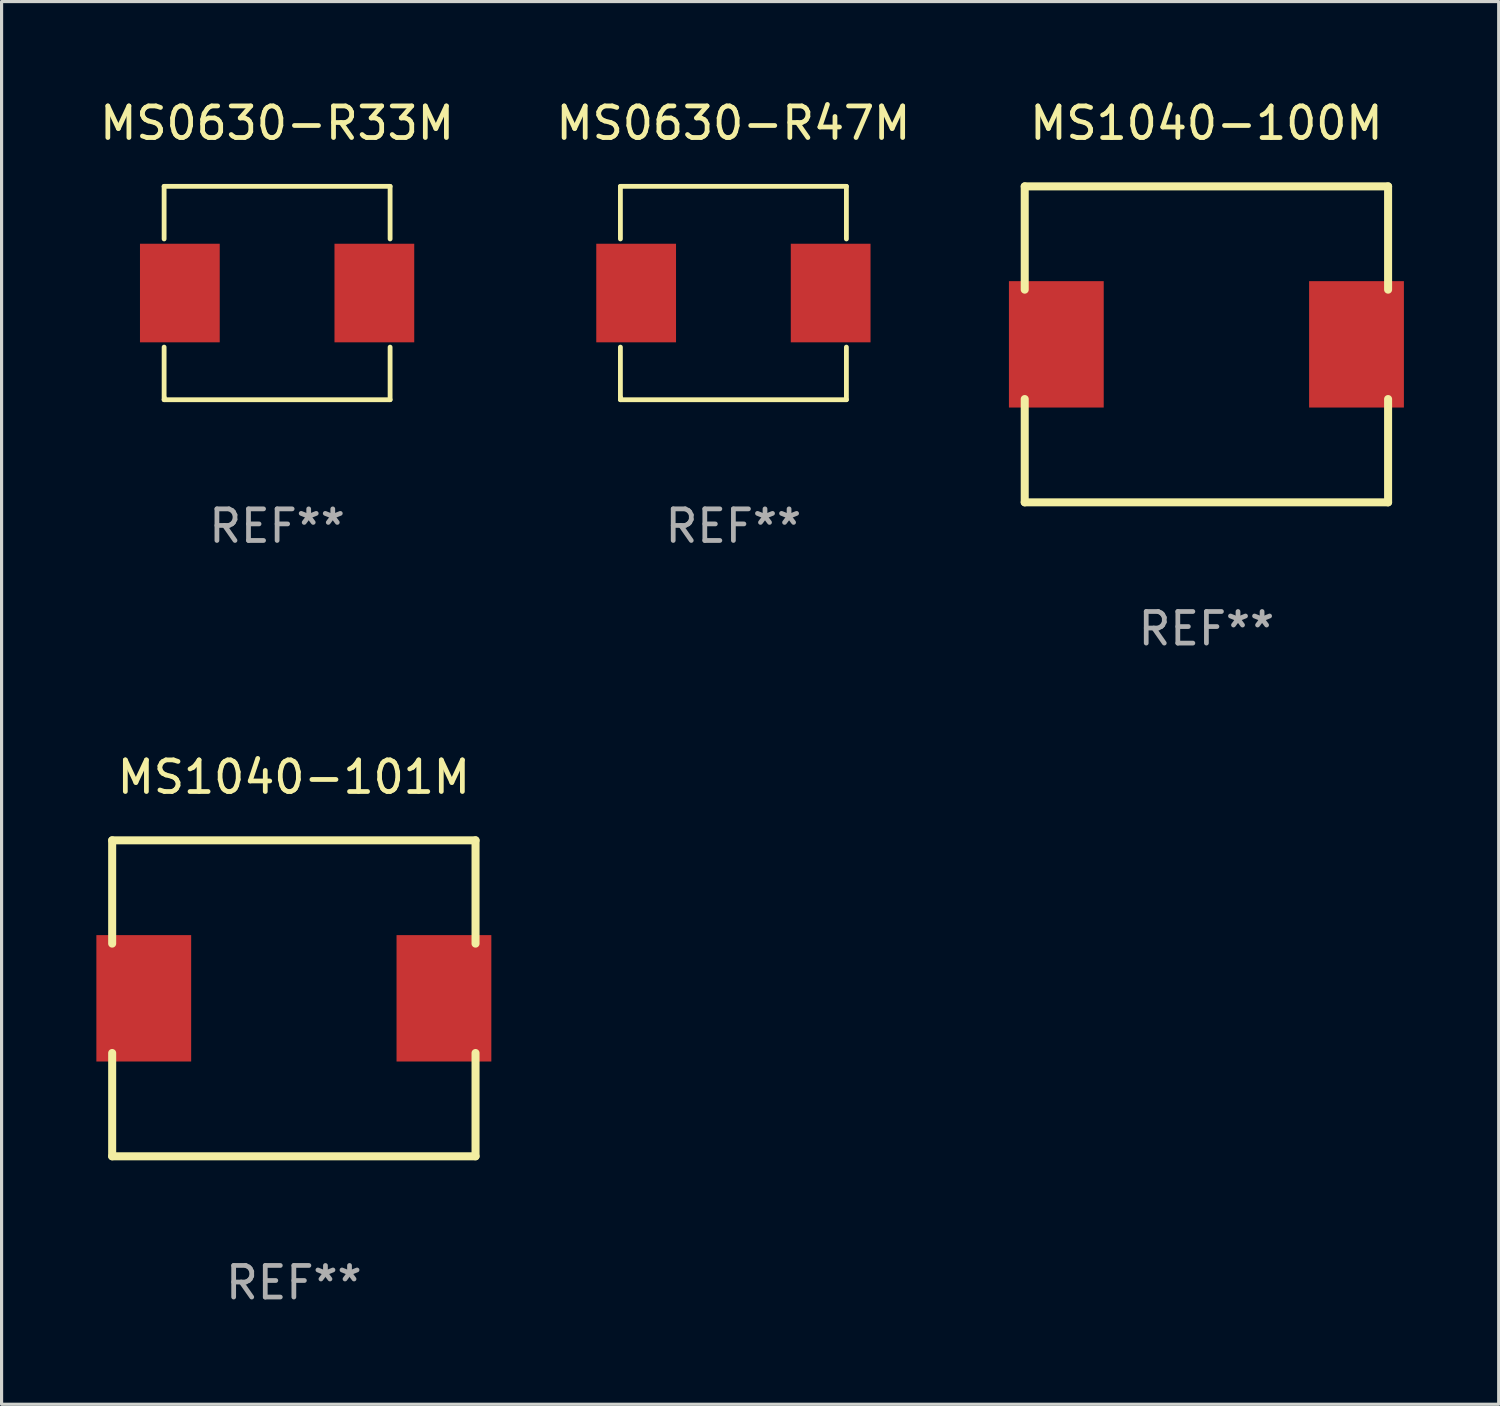
<source format=kicad_pcb>
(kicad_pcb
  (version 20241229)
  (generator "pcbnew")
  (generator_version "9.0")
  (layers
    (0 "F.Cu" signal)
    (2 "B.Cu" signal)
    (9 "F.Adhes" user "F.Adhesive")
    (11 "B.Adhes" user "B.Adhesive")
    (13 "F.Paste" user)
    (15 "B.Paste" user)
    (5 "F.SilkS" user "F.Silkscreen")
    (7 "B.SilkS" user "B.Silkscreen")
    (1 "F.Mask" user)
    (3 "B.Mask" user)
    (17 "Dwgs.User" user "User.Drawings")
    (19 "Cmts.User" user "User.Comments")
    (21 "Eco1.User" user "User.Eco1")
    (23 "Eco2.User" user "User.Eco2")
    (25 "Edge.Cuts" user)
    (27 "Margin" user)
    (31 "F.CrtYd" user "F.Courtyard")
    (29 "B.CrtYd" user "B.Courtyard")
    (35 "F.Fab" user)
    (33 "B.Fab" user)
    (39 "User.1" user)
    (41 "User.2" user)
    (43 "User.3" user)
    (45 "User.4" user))
  (footprint "MS1040-100M"
    (layer "F.Cu")
    (at 35.131 7.848)
    (property "Reference" "MS1040-100M" (at 0 -7 0) (layer "F.SilkS") (effects (font (size 1 1) (thickness 0.15))))
    (attr through_hole)
    (fp_line (start -5.75 -5) (end -5.75 -1.731) (stroke (width 0.254) (type solid)) (layer "F.SilkS"))
    (fp_line (start -5.75 -5) (end 5.75 -5) (stroke (width 0.254) (type solid)) (layer "F.SilkS"))
    (fp_line (start -5.75 1.731) (end -5.75 5) (stroke (width 0.254) (type solid)) (layer "F.SilkS"))
    (fp_line (start 5.75 -1.731) (end 5.75 -5) (stroke (width 0.254) (type solid)) (layer "F.SilkS"))
    (fp_line (start 5.75 5) (end -5.75 5) (stroke (width 0.254) (type solid)) (layer "F.SilkS"))
    (fp_line (start 5.75 5) (end 5.75 1.731) (stroke (width 0.254) (type solid)) (layer "F.SilkS"))
    (fp_circle (center -5.75 5) (end -5.72 5) (stroke (width 0.06) (type solid)) (fill no) (layer "F.SilkS"))
    (fp_text user "REF**" (at 0 9 0) (layer "F.Fab") (effects (font (size 1 1) (thickness 0.15))))
    (pad "1" smd rect (at -4.75 0) (size 3 4) (layers "F.Cu" "F.Mask" "F.Paste"))
    (pad "2" smd rect (at 4.75 0) (size 3 4) (layers "F.Cu" "F.Mask" "F.Paste")))
  (footprint "MS0630-R47M"
    (layer "F.Cu")
    (at 20.161 6.224)
    (property "Reference" "MS0630-R47M" (at 0 -5.376 0) (layer "F.SilkS") (effects (font (size 1 1) (thickness 0.15))))
    (attr through_hole)
    (fp_line (start -3.576 -3.376) (end 3.576 -3.376) (stroke (width 0.152) (type solid)) (layer "F.SilkS"))
    (fp_line (start -3.576 -1.712) (end -3.576 -3.376) (stroke (width 0.152) (type solid)) (layer "F.SilkS"))
    (fp_line (start -3.576 1.712) (end -3.576 3.376) (stroke (width 0.152) (type solid)) (layer "F.SilkS"))
    (fp_line (start -3.576 3.376) (end 3.576 3.376) (stroke (width 0.152) (type solid)) (layer "F.SilkS"))
    (fp_line (start 3.576 -3.376) (end 3.576 -1.712) (stroke (width 0.152) (type solid)) (layer "F.SilkS"))
    (fp_line (start 3.576 3.376) (end 3.576 1.712) (stroke (width 0.152) (type solid)) (layer "F.SilkS"))
    (fp_circle (center -3.552 3.307) (end -3.522 3.307) (stroke (width 0.06) (type solid)) (fill no) (layer "F.SilkS"))
    (fp_text user "REF**" (at 0 7.376 0) (layer "F.Fab") (effects (font (size 1 1) (thickness 0.15))))
    (pad "1" smd rect (at -3.078 0) (size 2.524 3.12) (layers "F.Cu" "F.Mask" "F.Paste"))
    (pad "2" smd rect (at 3.078 0) (size 2.524 3.12) (layers "F.Cu" "F.Mask" "F.Paste")))
  (footprint "MS0630-R33M"
    (layer "F.Cu")
    (at 5.72 6.224)
    (property "Reference" "MS0630-R33M" (at 0 -5.376 0) (layer "F.SilkS") (effects (font (size 1 1) (thickness 0.15))))
    (attr through_hole)
    (fp_line (start -3.576 -3.376) (end 3.576 -3.376) (stroke (width 0.152) (type solid)) (layer "F.SilkS"))
    (fp_line (start -3.576 -1.712) (end -3.576 -3.376) (stroke (width 0.152) (type solid)) (layer "F.SilkS"))
    (fp_line (start -3.576 1.712) (end -3.576 3.376) (stroke (width 0.152) (type solid)) (layer "F.SilkS"))
    (fp_line (start -3.576 3.376) (end 3.576 3.376) (stroke (width 0.152) (type solid)) (layer "F.SilkS"))
    (fp_line (start 3.576 -3.376) (end 3.576 -1.712) (stroke (width 0.152) (type solid)) (layer "F.SilkS"))
    (fp_line (start 3.576 3.376) (end 3.576 1.712) (stroke (width 0.152) (type solid)) (layer "F.SilkS"))
    (fp_circle (center -3.552 3.307) (end -3.522 3.307) (stroke (width 0.06) (type solid)) (fill no) (layer "F.SilkS"))
    (fp_text user "REF**" (at 0 7.376 0) (layer "F.Fab") (effects (font (size 1 1) (thickness 0.15))))
    (pad "1" smd rect (at -3.078 0) (size 2.524 3.12) (layers "F.Cu" "F.Mask" "F.Paste"))
    (pad "2" smd rect (at 3.078 0) (size 2.524 3.12) (layers "F.Cu" "F.Mask" "F.Paste")))
  (footprint "MS1040-101M"
    (layer "F.Cu")
    (at 6.25 28.545)
    (property "Reference" "MS1040-101M" (at 0 -7 0) (layer "F.SilkS") (effects (font (size 1 1) (thickness 0.15))))
    (attr through_hole)
    (fp_line (start -5.75 -5) (end -5.75 -1.731) (stroke (width 0.254) (type solid)) (layer "F.SilkS"))
    (fp_line (start -5.75 -5) (end 5.75 -5) (stroke (width 0.254) (type solid)) (layer "F.SilkS"))
    (fp_line (start -5.75 1.731) (end -5.75 5) (stroke (width 0.254) (type solid)) (layer "F.SilkS"))
    (fp_line (start 5.75 -1.731) (end 5.75 -5) (stroke (width 0.254) (type solid)) (layer "F.SilkS"))
    (fp_line (start 5.75 5) (end -5.75 5) (stroke (width 0.254) (type solid)) (layer "F.SilkS"))
    (fp_line (start 5.75 5) (end 5.75 1.731) (stroke (width 0.254) (type solid)) (layer "F.SilkS"))
    (fp_circle (center -5.75 5) (end -5.72 5) (stroke (width 0.06) (type solid)) (fill no) (layer "F.SilkS"))
    (fp_text user "REF**" (at 0 9 0) (layer "F.Fab") (effects (font (size 1 1) (thickness 0.15))))
    (pad "1" smd rect (at -4.75 0) (size 3 4) (layers "F.Cu" "F.Mask" "F.Paste"))
    (pad "2" smd rect (at 4.75 0) (size 3 4) (layers "F.Cu" "F.Mask" "F.Paste")))
  (gr_rect
    (start -3 -3)
    (end 44.381 41.393)
    (stroke (width 0.1) (type default))
    (fill no)
    (layer "Edge.Cuts")))
</source>
